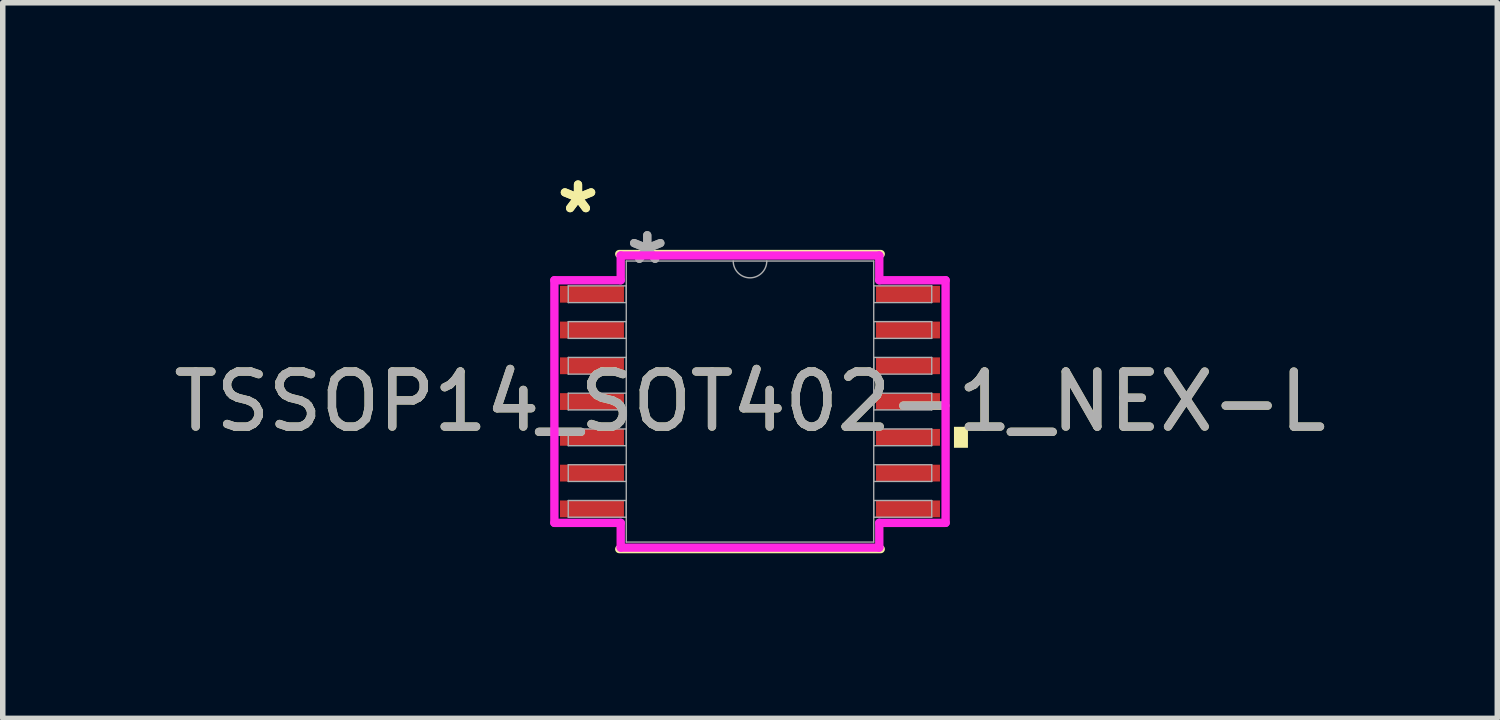
<source format=kicad_pcb>
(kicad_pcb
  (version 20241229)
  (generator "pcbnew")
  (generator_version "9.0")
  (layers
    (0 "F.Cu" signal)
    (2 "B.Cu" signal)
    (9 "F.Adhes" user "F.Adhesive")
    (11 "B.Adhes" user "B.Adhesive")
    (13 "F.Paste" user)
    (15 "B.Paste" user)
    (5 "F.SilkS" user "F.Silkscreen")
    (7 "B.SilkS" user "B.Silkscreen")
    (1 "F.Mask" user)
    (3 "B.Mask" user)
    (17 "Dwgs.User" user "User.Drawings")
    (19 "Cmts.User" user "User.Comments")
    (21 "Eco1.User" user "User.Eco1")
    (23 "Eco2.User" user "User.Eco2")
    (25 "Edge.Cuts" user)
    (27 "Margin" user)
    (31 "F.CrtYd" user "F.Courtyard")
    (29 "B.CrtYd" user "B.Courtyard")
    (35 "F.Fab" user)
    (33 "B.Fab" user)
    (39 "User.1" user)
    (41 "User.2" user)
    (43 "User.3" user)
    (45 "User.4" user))
  (footprint "TSSOP14_SOT402-1_NEX-L"
    (layer "F.Cu")
    (at 10.577 4.246)
    (property "Reference" "TSSOP14_SOT402-1_NEX-L" (at 0 0 0) (unlocked yes) (layer "F.SilkS") (effects (font (size 1 1) (thickness 0.15))))
    (attr smd)
    (fp_line (start -2.375 2.68) (end 2.375 2.68) (stroke (width 0.152) (type solid)) (layer "F.SilkS"))
    (fp_line (start 2.375 -2.68) (end -2.375 -2.68) (stroke (width 0.152) (type solid)) (layer "F.SilkS"))
    (fp_poly (pts (xy 3.96 0.459) (xy 3.96 0.84) (xy 3.706 0.84) (xy 3.706 0.459)) (stroke (width 0) (type solid)) (fill yes) (layer "F.SilkS"))
    (fp_line (start -3.554 -2.204) (end -2.349 -2.204) (stroke (width 0.152) (type solid)) (layer "F.CrtYd"))
    (fp_line (start -3.554 2.204) (end -3.554 -2.204) (stroke (width 0.152) (type solid)) (layer "F.CrtYd"))
    (fp_line (start -3.554 2.204) (end -2.349 2.204) (stroke (width 0.152) (type solid)) (layer "F.CrtYd"))
    (fp_line (start -2.349 -2.654) (end 2.349 -2.654) (stroke (width 0.152) (type solid)) (layer "F.CrtYd"))
    (fp_line (start -2.349 -2.204) (end -2.349 -2.654) (stroke (width 0.152) (type solid)) (layer "F.CrtYd"))
    (fp_line (start -2.349 2.654) (end -2.349 2.204) (stroke (width 0.152) (type solid)) (layer "F.CrtYd"))
    (fp_line (start 2.349 -2.654) (end 2.349 -2.204) (stroke (width 0.152) (type solid)) (layer "F.CrtYd"))
    (fp_line (start 2.349 2.204) (end 2.349 2.654) (stroke (width 0.152) (type solid)) (layer "F.CrtYd"))
    (fp_line (start 2.349 2.654) (end -2.349 2.654) (stroke (width 0.152) (type solid)) (layer "F.CrtYd"))
    (fp_line (start 3.554 -2.204) (end 2.349 -2.204) (stroke (width 0.152) (type solid)) (layer "F.CrtYd"))
    (fp_line (start 3.554 -2.204) (end 3.554 2.204) (stroke (width 0.152) (type solid)) (layer "F.CrtYd"))
    (fp_line (start 3.554 2.204) (end 2.349 2.204) (stroke (width 0.152) (type solid)) (layer "F.CrtYd"))
    (fp_line (start -3.302 -2.102) (end -3.302 -1.798) (stroke (width 0.025) (type solid)) (layer "F.Fab"))
    (fp_line (start -3.302 -1.798) (end -2.248 -1.798) (stroke (width 0.025) (type solid)) (layer "F.Fab"))
    (fp_line (start -3.302 -1.452) (end -3.302 -1.148) (stroke (width 0.025) (type solid)) (layer "F.Fab"))
    (fp_line (start -3.302 -1.148) (end -2.248 -1.148) (stroke (width 0.025) (type solid)) (layer "F.Fab"))
    (fp_line (start -3.302 -0.802) (end -3.302 -0.498) (stroke (width 0.025) (type solid)) (layer "F.Fab"))
    (fp_line (start -3.302 -0.498) (end -2.248 -0.498) (stroke (width 0.025) (type solid)) (layer "F.Fab"))
    (fp_line (start -3.302 -0.152) (end -3.302 0.152) (stroke (width 0.025) (type solid)) (layer "F.Fab"))
    (fp_line (start -3.302 0.152) (end -2.248 0.152) (stroke (width 0.025) (type solid)) (layer "F.Fab"))
    (fp_line (start -3.302 0.498) (end -3.302 0.802) (stroke (width 0.025) (type solid)) (layer "F.Fab"))
    (fp_line (start -3.302 0.802) (end -2.248 0.802) (stroke (width 0.025) (type solid)) (layer "F.Fab"))
    (fp_line (start -3.302 1.148) (end -3.302 1.452) (stroke (width 0.025) (type solid)) (layer "F.Fab"))
    (fp_line (start -3.302 1.452) (end -2.248 1.452) (stroke (width 0.025) (type solid)) (layer "F.Fab"))
    (fp_line (start -3.302 1.798) (end -3.302 2.102) (stroke (width 0.025) (type solid)) (layer "F.Fab"))
    (fp_line (start -3.302 2.102) (end -2.248 2.102) (stroke (width 0.025) (type solid)) (layer "F.Fab"))
    (fp_line (start -2.248 -2.553) (end -2.248 2.553) (stroke (width 0.025) (type solid)) (layer "F.Fab"))
    (fp_line (start -2.248 -2.102) (end -3.302 -2.102) (stroke (width 0.025) (type solid)) (layer "F.Fab"))
    (fp_line (start -2.248 -1.798) (end -2.248 -2.102) (stroke (width 0.025) (type solid)) (layer "F.Fab"))
    (fp_line (start -2.248 -1.452) (end -3.302 -1.452) (stroke (width 0.025) (type solid)) (layer "F.Fab"))
    (fp_line (start -2.248 -1.148) (end -2.248 -1.452) (stroke (width 0.025) (type solid)) (layer "F.Fab"))
    (fp_line (start -2.248 -0.802) (end -3.302 -0.802) (stroke (width 0.025) (type solid)) (layer "F.Fab"))
    (fp_line (start -2.248 -0.498) (end -2.248 -0.802) (stroke (width 0.025) (type solid)) (layer "F.Fab"))
    (fp_line (start -2.248 -0.152) (end -3.302 -0.152) (stroke (width 0.025) (type solid)) (layer "F.Fab"))
    (fp_line (start -2.248 0.152) (end -2.248 -0.152) (stroke (width 0.025) (type solid)) (layer "F.Fab"))
    (fp_line (start -2.248 0.498) (end -3.302 0.498) (stroke (width 0.025) (type solid)) (layer "F.Fab"))
    (fp_line (start -2.248 0.802) (end -2.248 0.498) (stroke (width 0.025) (type solid)) (layer "F.Fab"))
    (fp_line (start -2.248 1.148) (end -3.302 1.148) (stroke (width 0.025) (type solid)) (layer "F.Fab"))
    (fp_line (start -2.248 1.452) (end -2.248 1.148) (stroke (width 0.025) (type solid)) (layer "F.Fab"))
    (fp_line (start -2.248 1.798) (end -3.302 1.798) (stroke (width 0.025) (type solid)) (layer "F.Fab"))
    (fp_line (start -2.248 2.102) (end -2.248 1.798) (stroke (width 0.025) (type solid)) (layer "F.Fab"))
    (fp_line (start -2.248 2.553) (end 2.248 2.553) (stroke (width 0.025) (type solid)) (layer "F.Fab"))
    (fp_line (start 2.248 -2.553) (end -2.248 -2.553) (stroke (width 0.025) (type solid)) (layer "F.Fab"))
    (fp_line (start 2.248 -2.102) (end 2.248 -1.798) (stroke (width 0.025) (type solid)) (layer "F.Fab"))
    (fp_line (start 2.248 -1.798) (end 3.302 -1.798) (stroke (width 0.025) (type solid)) (layer "F.Fab"))
    (fp_line (start 2.248 -1.452) (end 2.248 -1.148) (stroke (width 0.025) (type solid)) (layer "F.Fab"))
    (fp_line (start 2.248 -1.148) (end 3.302 -1.148) (stroke (width 0.025) (type solid)) (layer "F.Fab"))
    (fp_line (start 2.248 -0.802) (end 2.248 -0.498) (stroke (width 0.025) (type solid)) (layer "F.Fab"))
    (fp_line (start 2.248 -0.498) (end 3.302 -0.498) (stroke (width 0.025) (type solid)) (layer "F.Fab"))
    (fp_line (start 2.248 -0.152) (end 2.248 0.152) (stroke (width 0.025) (type solid)) (layer "F.Fab"))
    (fp_line (start 2.248 0.152) (end 3.302 0.152) (stroke (width 0.025) (type solid)) (layer "F.Fab"))
    (fp_line (start 2.248 0.498) (end 2.248 0.802) (stroke (width 0.025) (type solid)) (layer "F.Fab"))
    (fp_line (start 2.248 0.802) (end 3.302 0.802) (stroke (width 0.025) (type solid)) (layer "F.Fab"))
    (fp_line (start 2.248 1.148) (end 2.248 1.452) (stroke (width 0.025) (type solid)) (layer "F.Fab"))
    (fp_line (start 2.248 1.452) (end 3.302 1.452) (stroke (width 0.025) (type solid)) (layer "F.Fab"))
    (fp_line (start 2.248 1.798) (end 2.248 2.102) (stroke (width 0.025) (type solid)) (layer "F.Fab"))
    (fp_line (start 2.248 2.102) (end 3.302 2.102) (stroke (width 0.025) (type solid)) (layer "F.Fab"))
    (fp_line (start 2.248 2.553) (end 2.248 -2.553) (stroke (width 0.025) (type solid)) (layer "F.Fab"))
    (fp_line (start 3.302 -2.102) (end 2.248 -2.102) (stroke (width 0.025) (type solid)) (layer "F.Fab"))
    (fp_line (start 3.302 -1.798) (end 3.302 -2.102) (stroke (width 0.025) (type solid)) (layer "F.Fab"))
    (fp_line (start 3.302 -1.452) (end 2.248 -1.452) (stroke (width 0.025) (type solid)) (layer "F.Fab"))
    (fp_line (start 3.302 -1.148) (end 3.302 -1.452) (stroke (width 0.025) (type solid)) (layer "F.Fab"))
    (fp_line (start 3.302 -0.802) (end 2.248 -0.802) (stroke (width 0.025) (type solid)) (layer "F.Fab"))
    (fp_line (start 3.302 -0.498) (end 3.302 -0.802) (stroke (width 0.025) (type solid)) (layer "F.Fab"))
    (fp_line (start 3.302 -0.152) (end 2.248 -0.152) (stroke (width 0.025) (type solid)) (layer "F.Fab"))
    (fp_line (start 3.302 0.152) (end 3.302 -0.152) (stroke (width 0.025) (type solid)) (layer "F.Fab"))
    (fp_line (start 3.302 0.498) (end 2.248 0.498) (stroke (width 0.025) (type solid)) (layer "F.Fab"))
    (fp_line (start 3.302 0.802) (end 3.302 0.498) (stroke (width 0.025) (type solid)) (layer "F.Fab"))
    (fp_line (start 3.302 1.148) (end 2.248 1.148) (stroke (width 0.025) (type solid)) (layer "F.Fab"))
    (fp_line (start 3.302 1.452) (end 3.302 1.148) (stroke (width 0.025) (type solid)) (layer "F.Fab"))
    (fp_line (start 3.302 1.798) (end 2.248 1.798) (stroke (width 0.025) (type solid)) (layer "F.Fab"))
    (fp_line (start 3.302 2.102) (end 3.302 1.798) (stroke (width 0.025) (type solid)) (layer "F.Fab"))
    (fp_arc (start 0.3048 -2.5527) (mid 0 -2.2479) (end -0.3048 -2.5527) (stroke (width 0.0254) (type solid)) (layer "F.Fab"))
    (fp_text user "*" (at -3.125 -3.398 0) (layer "F.SilkS") (effects (font (size 1 1) (thickness 0.15))))
    (fp_text user "*" (at -3.125 -3.398 0) (unlocked yes) (layer "F.SilkS") (effects (font (size 1 1) (thickness 0.15))))
    (fp_text user "*" (at -1.867 -2.477 0) (unlocked yes) (layer "F.Fab") (effects (font (size 1 1) (thickness 0.15))))
    (fp_text user "*" (at -1.867 -2.477 0) (layer "F.Fab") (effects (font (size 1 1) (thickness 0.15))))
    (fp_text user "${REFERENCE}" (at 0 0 0) (unlocked yes) (layer "F.Fab") (effects (font (size 1 1) (thickness 0.15))))
    (pad "1" smd rect (at -2.871 -1.95) (size 1.162 0.305) (layers "F.Cu" "F.Mask" "F.Paste"))
    (pad "2" smd rect (at -2.871 -1.3) (size 1.162 0.305) (layers "F.Cu" "F.Mask" "F.Paste"))
    (pad "3" smd rect (at -2.871 -0.65) (size 1.162 0.305) (layers "F.Cu" "F.Mask" "F.Paste"))
    (pad "4" smd rect (at -2.871 0) (size 1.162 0.305) (layers "F.Cu" "F.Mask" "F.Paste"))
    (pad "5" smd rect (at -2.871 0.65) (size 1.162 0.305) (layers "F.Cu" "F.Mask" "F.Paste"))
    (pad "6" smd rect (at -2.871 1.3) (size 1.162 0.305) (layers "F.Cu" "F.Mask" "F.Paste"))
    (pad "7" smd rect (at -2.871 1.95) (size 1.162 0.305) (layers "F.Cu" "F.Mask" "F.Paste"))
    (pad "8" smd rect (at 2.871 1.95) (size 1.162 0.305) (layers "F.Cu" "F.Mask" "F.Paste"))
    (pad "9" smd rect (at 2.871 1.3) (size 1.162 0.305) (layers "F.Cu" "F.Mask" "F.Paste"))
    (pad "10" smd rect (at 2.871 0.65) (size 1.162 0.305) (layers "F.Cu" "F.Mask" "F.Paste"))
    (pad "11" smd rect (at 2.871 0) (size 1.162 0.305) (layers "F.Cu" "F.Mask" "F.Paste"))
    (pad "12" smd rect (at 2.871 -0.65) (size 1.162 0.305) (layers "F.Cu" "F.Mask" "F.Paste"))
    (pad "13" smd rect (at 2.871 -1.3) (size 1.162 0.305) (layers "F.Cu" "F.Mask" "F.Paste"))
    (pad "14" smd rect (at 2.871 -1.95) (size 1.162 0.305) (layers "F.Cu" "F.Mask" "F.Paste")))
  (gr_rect
    (start -3 -3)
    (end 24.155 10.002)
    (stroke (width 0.1) (type default))
    (fill no)
    (layer "Edge.Cuts")))
</source>
